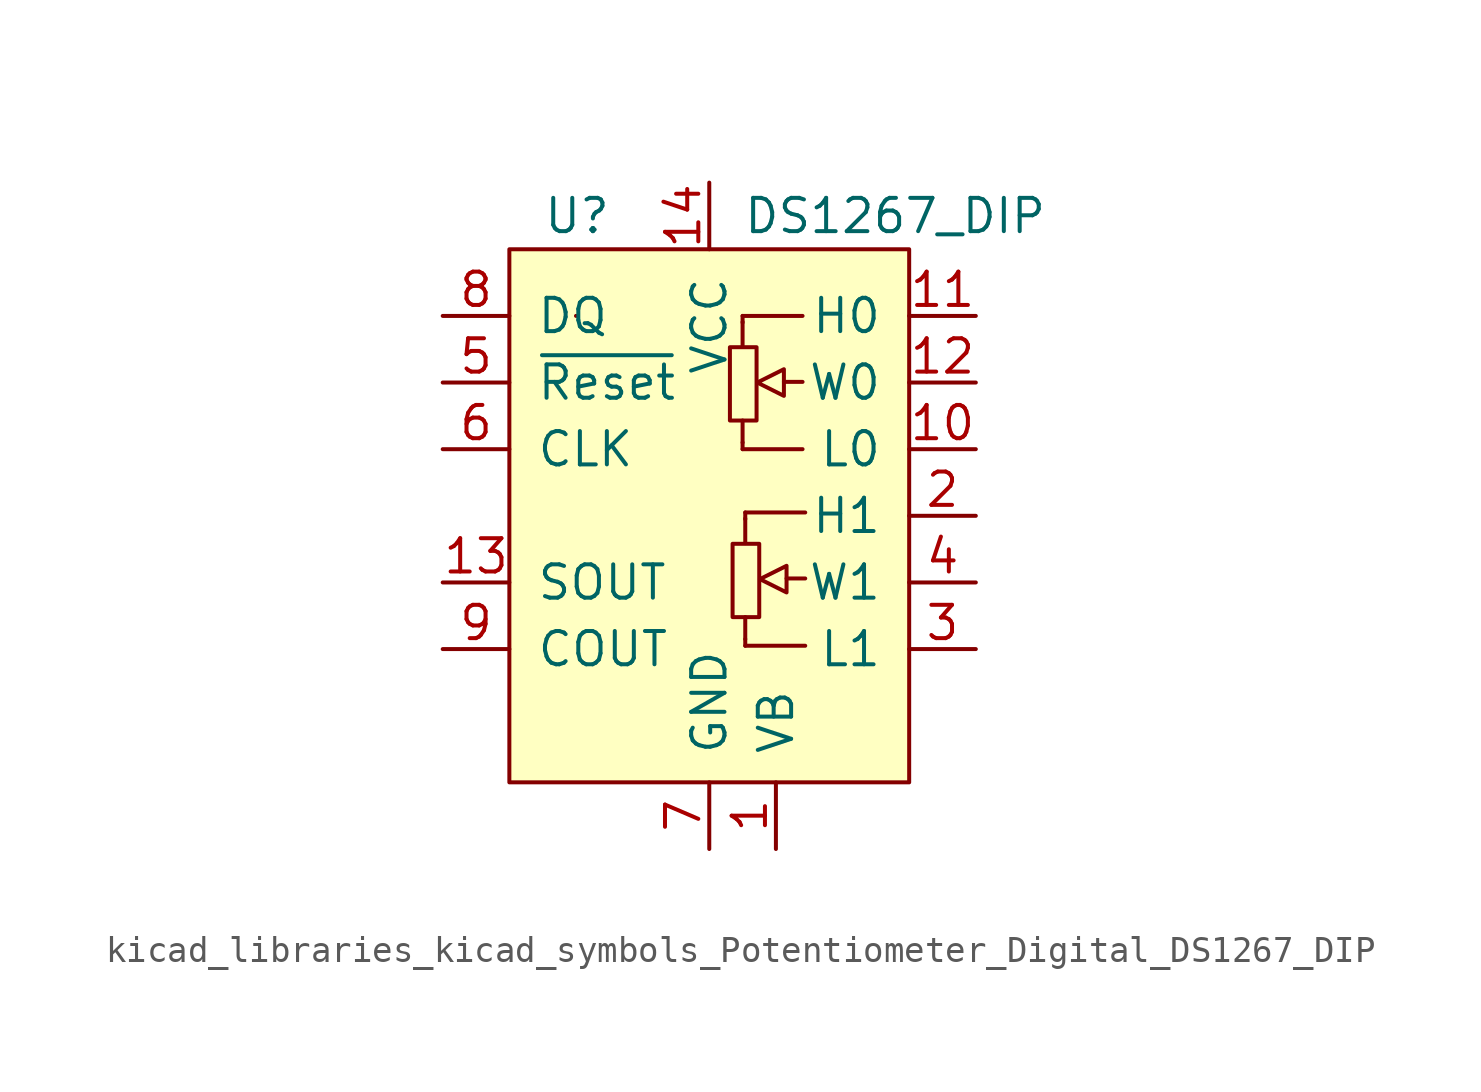
<source format=kicad_sym>
(kicad_symbol_lib
  (version 20220914)
  (generator kicad_symbol_editor)
  (symbol "kicad_libraries_kicad_symbols_Potentiometer_Digital_DS1267_DIP"
    (pin_names
      (offset 1.016))
    (property "Reference" "U"
      (at -6.35 11.43 0)
      (effects (font (size 1.27 1.27)) (justify left)))
    (property "Value" "DS1267_DIP"
      (at 1.27 11.43 0)
      (effects (font (size 1.27 1.27)) (justify left)))
    (symbol "kicad_libraries_kicad_symbols_Potentiometer_Digital_DS1267_DIP_0_1"
      (rectangle (start -7.62 10.16) (end 7.62 -10.16) (stroke (width 0) (type default)) (fill (type background)))
      (rectangle (start -5.08 7.62) (end -5.08 7.62) (stroke (width 0) (type default)) (fill (type none)))
      (polyline (pts (xy 1.27 2.794) (xy 1.27 3.632)) (stroke (width 0) (type default)) (fill (type none)))
      (polyline (pts (xy 1.27 7.391) (xy 1.27 6.452)) (stroke (width 0) (type default)) (fill (type none)))
      (polyline (pts (xy 1.372 -4.699) (xy 1.372 -3.861)) (stroke (width 0) (type default)) (fill (type none)))
      (polyline (pts (xy 1.372 -0.102) (xy 1.372 -1.041)) (stroke (width 0) (type default)) (fill (type none)))
      (polyline (pts (xy 2.845 5.105) (xy 3.556 5.105)) (stroke (width 0) (type default)) (fill (type none)))
      (polyline (pts (xy 2.946 -2.388) (xy 3.658 -2.388)) (stroke (width 0) (type default)) (fill (type none)))
      (polyline (pts (xy 1.27 2.54) (xy 1.27 2.794) (xy 1.27 2.794)) (stroke (width 0) (type default)) (fill (type background)))
      (polyline (pts (xy 1.27 2.54) (xy 3.556 2.54) (xy 3.556 2.54)) (stroke (width 0) (type default)) (fill (type background)))
      (polyline (pts (xy 1.27 7.62) (xy 1.27 7.366) (xy 1.27 7.366)) (stroke (width 0) (type default)) (fill (type none)))
      (polyline (pts (xy 1.27 7.62) (xy 3.556 7.62) (xy 3.556 7.62)) (stroke (width 0) (type default)) (fill (type background)))
      (polyline (pts (xy 1.372 -4.953) (xy 1.372 -4.699) (xy 1.372 -4.699)) (stroke (width 0) (type default)) (fill (type background)))
      (polyline (pts (xy 1.372 -4.953) (xy 3.658 -4.953) (xy 3.658 -4.953)) (stroke (width 0) (type default)) (fill (type background)))
      (polyline (pts (xy 1.372 0.127) (xy 1.372 -0.127) (xy 1.372 -0.127)) (stroke (width 0) (type default)) (fill (type none)))
      (polyline (pts (xy 1.372 0.127) (xy 3.658 0.127) (xy 3.658 0.127)) (stroke (width 0) (type default)) (fill (type background)))
      (polyline (pts (xy 2.845 5.588) (xy 2.845 4.572) (xy 1.829 5.08) (xy 2.845 5.588) (xy 2.845 5.588)) (stroke (width 0) (type default)) (fill (type background)))
      (polyline (pts (xy 2.946 -1.905) (xy 2.946 -2.921) (xy 1.93 -2.413) (xy 2.946 -1.905) (xy 2.946 -1.905)) (stroke (width 0) (type default)) (fill (type background)))
      (rectangle (start 0.787 6.426) (end 1.803 3.632) (stroke (width 0) (type default)) (fill (type none)))
      (rectangle (start 0.889 -1.067) (end 1.905 -3.861) (stroke (width 0) (type default)) (fill (type none))))
    (symbol "kicad_libraries_kicad_symbols_Potentiometer_Digital_DS1267_DIP_1_1"
      (pin power_in line (at 2.54 -12.7 90) (length 2.54) (name "VB" (effects (font (size 1.27 1.27)))) (number "1" (effects (font (size 1.27 1.27)))))
      (pin passive line (at 10.16 2.54 180) (length 2.54) (name "L0" (effects (font (size 1.27 1.27)))) (number "10" (effects (font (size 1.27 1.27)))))
      (pin passive line (at 10.16 7.62 180) (length 2.54) (name "H0" (effects (font (size 1.27 1.27)))) (number "11" (effects (font (size 1.27 1.27)))))
      (pin passive line (at 10.16 5.08 180) (length 2.54) (name "W0" (effects (font (size 1.27 1.27)))) (number "12" (effects (font (size 1.27 1.27)))))
      (pin output line (at -10.16 -2.54 0) (length 2.54) (name "SOUT" (effects (font (size 1.27 1.27)))) (number "13" (effects (font (size 1.27 1.27)))))
      (pin power_in line (at 0 12.7 270) (length 2.54) (name "VCC" (effects (font (size 1.27 1.27)))) (number "14" (effects (font (size 1.27 1.27)))))
      (pin passive line (at 10.16 0 180) (length 2.54) (name "H1" (effects (font (size 1.27 1.27)))) (number "2" (effects (font (size 1.27 1.27)))))
      (pin passive line (at 10.16 -5.08 180) (length 2.54) (name "L1" (effects (font (size 1.27 1.27)))) (number "3" (effects (font (size 1.27 1.27)))))
      (pin passive line (at 10.16 -2.54 180) (length 2.54) (name "W1" (effects (font (size 1.27 1.27)))) (number "4" (effects (font (size 1.27 1.27)))))
      (pin input line (at -10.16 5.08 0) (length 2.54) (name "~{Reset}" (effects (font (size 1.27 1.27)))) (number "5" (effects (font (size 1.27 1.27)))))
      (pin input line (at -10.16 2.54 0) (length 2.54) (name "CLK" (effects (font (size 1.27 1.27)))) (number "6" (effects (font (size 1.27 1.27)))))
      (pin power_in line (at 0 -12.7 90) (length 2.54) (name "GND" (effects (font (size 1.27 1.27)))) (number "7" (effects (font (size 1.27 1.27)))))
      (pin input line (at -10.16 7.62 0) (length 2.54) (name "DQ" (effects (font (size 1.27 1.27)))) (number "8" (effects (font (size 1.27 1.27)))))
      (pin output line (at -10.16 -5.08 0) (length 2.54) (name "COUT" (effects (font (size 1.27 1.27)))) (number "9" (effects (font (size 1.27 1.27))))))))
</source>
